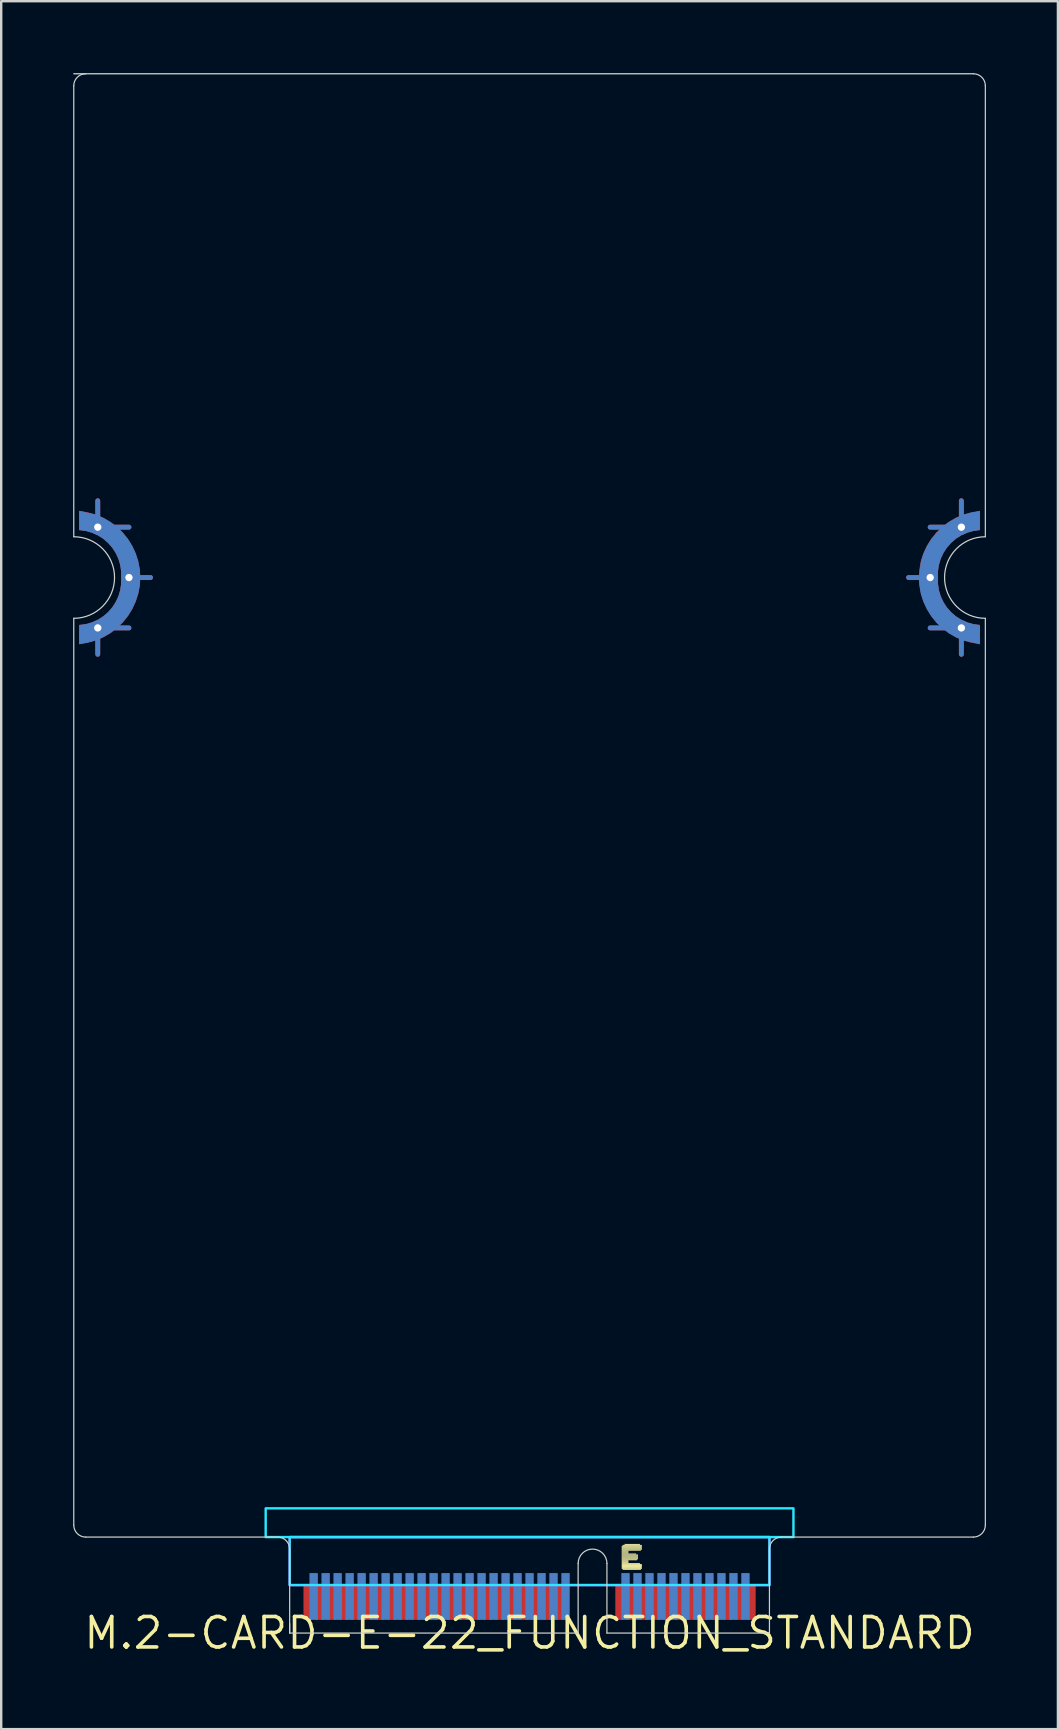
<source format=kicad_pcb>
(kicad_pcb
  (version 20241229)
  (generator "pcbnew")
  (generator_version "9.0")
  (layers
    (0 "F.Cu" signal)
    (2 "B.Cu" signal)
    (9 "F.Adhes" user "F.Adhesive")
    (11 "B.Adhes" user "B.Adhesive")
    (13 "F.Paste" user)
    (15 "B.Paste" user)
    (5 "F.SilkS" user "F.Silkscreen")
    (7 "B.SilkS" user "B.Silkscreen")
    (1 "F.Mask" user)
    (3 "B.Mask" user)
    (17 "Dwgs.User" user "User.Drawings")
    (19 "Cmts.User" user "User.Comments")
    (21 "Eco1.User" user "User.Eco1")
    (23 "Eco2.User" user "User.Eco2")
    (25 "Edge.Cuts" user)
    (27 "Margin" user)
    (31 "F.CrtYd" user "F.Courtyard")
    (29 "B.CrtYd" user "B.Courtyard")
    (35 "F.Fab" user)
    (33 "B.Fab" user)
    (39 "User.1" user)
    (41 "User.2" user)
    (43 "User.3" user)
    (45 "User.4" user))
  (footprint "M.2-CARD-E-22_FUNCTION_STANDARD"
    (layer "F.Cu")
    (at 19.025 65.025)
    (property "Reference" "M.2-CARD-E-22_FUNCTION_STANDARD" (at 0 0 0) (layer "F.SilkS") (effects (font (size 1.27 1.27) (thickness 0.15))))
    (fp_line (start -18 -46.1) (end -18 -47.2) (stroke (width 0.203) (type solid)) (layer "F.Cu"))
    (fp_line (start -18 -46.1) (end -16.7 -46.1) (stroke (width 0.203) (type solid)) (layer "F.Cu"))
    (fp_line (start -18 -41.9) (end -18 -40.8) (stroke (width 0.203) (type solid)) (layer "F.Cu"))
    (fp_line (start -18 -41.9) (end -16.7 -41.9) (stroke (width 0.203) (type solid)) (layer "F.Cu"))
    (fp_line (start -16.7 -44) (end -15.8 -44) (stroke (width 0.203) (type solid)) (layer "F.Cu"))
    (fp_line (start 16.7 -44) (end 15.8 -44) (stroke (width 0.203) (type solid)) (layer "F.Cu"))
    (fp_line (start 18 -46.1) (end 16.7 -46.1) (stroke (width 0.203) (type solid)) (layer "F.Cu"))
    (fp_line (start 18 -46.1) (end 18 -47.2) (stroke (width 0.203) (type solid)) (layer "F.Cu"))
    (fp_line (start 18 -41.9) (end 16.7 -41.9) (stroke (width 0.203) (type solid)) (layer "F.Cu"))
    (fp_line (start 18 -41.9) (end 18 -40.8) (stroke (width 0.203) (type solid)) (layer "F.Cu"))
    (fp_poly (pts (xy -18.41 -46.718) (xy -18.083 -46.622) (xy -17.769 -46.486) (xy -17.474 -46.313) (xy -17.203 -46.106) (xy -16.958 -45.868) (xy -16.744 -45.602) (xy -16.564 -45.311) (xy -16.42 -45.001) (xy -16.314 -44.676) (xy -16.249 -44.341) (xy -16.225 -44) (xy -16.247 -43.658) (xy -16.31 -43.322) (xy -16.414 -42.996) (xy -16.557 -42.685) (xy -16.737 -42.394) (xy -16.952 -42.127) (xy -17.197 -41.888) (xy -17.47 -41.681) (xy -17.766 -41.509) (xy -18.081 -41.374) (xy -18.775 -41.219) (xy -18.775 -42.022) (xy -18.49 -42.061) (xy -18.235 -42.135) (xy -17.994 -42.243) (xy -17.771 -42.385) (xy -17.57 -42.558) (xy -17.396 -42.757) (xy -17.252 -42.979) (xy -17.141 -43.219) (xy -17.065 -43.472) (xy -17.026 -43.734) (xy -17.025 -44) (xy -17.026 -44.266) (xy -17.065 -44.528) (xy -17.141 -44.781) (xy -17.252 -45.021) (xy -17.396 -45.243) (xy -17.57 -45.442) (xy -17.771 -45.615) (xy -17.994 -45.757) (xy -18.235 -45.865) (xy -18.49 -45.939) (xy -18.775 -45.978) (xy -18.775 -46.78)) (stroke (width 0) (type default)) (fill yes) (layer "F.Cu"))
    (fp_poly (pts (xy 18.775 -45.978) (xy 18.49 -45.939) (xy 18.235 -45.865) (xy 17.994 -45.757) (xy 17.771 -45.615) (xy 17.57 -45.442) (xy 17.396 -45.243) (xy 17.252 -45.021) (xy 17.141 -44.781) (xy 17.065 -44.528) (xy 17.026 -44.266) (xy 17.025 -44) (xy 17.026 -43.734) (xy 17.065 -43.472) (xy 17.141 -43.219) (xy 17.252 -42.979) (xy 17.396 -42.757) (xy 17.57 -42.558) (xy 17.771 -42.385) (xy 17.994 -42.243) (xy 18.235 -42.135) (xy 18.49 -42.061) (xy 18.775 -42.022) (xy 18.775 -41.225) (xy 18.748 -41.225) (xy 18.41 -41.282) (xy 18.083 -41.378) (xy 17.769 -41.514) (xy 17.474 -41.687) (xy 17.203 -41.894) (xy 16.958 -42.132) (xy 16.744 -42.398) (xy 16.564 -42.689) (xy 16.42 -42.999) (xy 16.314 -43.324) (xy 16.228 -43.976) (xy 16.223 -43.976) (xy 16.225 -43.999) (xy 16.222 -44.023) (xy 16.226 -44.024) (xy 16.247 -44.342) (xy 16.31 -44.678) (xy 16.414 -45.004) (xy 16.557 -45.315) (xy 16.737 -45.606) (xy 16.952 -45.873) (xy 17.197 -46.112) (xy 17.47 -46.319) (xy 17.766 -46.491) (xy 18.081 -46.626) (xy 18.775 -46.781)) (stroke (width 0) (type default)) (fill yes) (layer "F.Cu"))
    (fp_poly (pts (xy -18.666 -46.755) (xy -18.336 -46.694) (xy -18.016 -46.595) (xy -17.71 -46.457) (xy -17.424 -46.284) (xy -17.16 -46.077) (xy -16.923 -45.84) (xy -16.716 -45.576) (xy -16.543 -45.29) (xy -16.405 -44.984) (xy -16.306 -44.664) (xy -16.245 -44.334) (xy -16.225 -44) (xy -16.245 -43.666) (xy -16.306 -43.336) (xy -16.405 -43.016) (xy -16.543 -42.71) (xy -16.716 -42.424) (xy -16.923 -42.16) (xy -17.16 -41.923) (xy -17.424 -41.716) (xy -17.71 -41.543) (xy -18.016 -41.405) (xy -18.336 -41.306) (xy -18.666 -41.245) (xy -19.025 -41.223) (xy -19.025 -42.273) (xy -18.73 -42.296) (xy -18.467 -42.359) (xy -18.217 -42.463) (xy -17.986 -42.605) (xy -17.78 -42.78) (xy -17.605 -42.986) (xy -17.463 -43.217) (xy -17.36 -43.466) (xy -17.275 -44.001) (xy -17.296 -44.27) (xy -17.36 -44.533) (xy -17.463 -44.783) (xy -17.605 -45.014) (xy -17.78 -45.22) (xy -17.986 -45.395) (xy -18.217 -45.537) (xy -18.466 -45.64) (xy -19.025 -45.729) (xy -19.025 -46.777)) (stroke (width 0) (type default)) (fill yes) (layer "F.Mask"))
    (fp_poly (pts (xy 19.025 -45.727) (xy 18.73 -45.704) (xy 18.467 -45.64) (xy 18.217 -45.537) (xy 17.986 -45.395) (xy 17.78 -45.22) (xy 17.605 -45.014) (xy 17.463 -44.783) (xy 17.36 -44.534) (xy 17.275 -43.999) (xy 17.296 -43.73) (xy 17.36 -43.467) (xy 17.463 -43.217) (xy 17.605 -42.986) (xy 17.78 -42.78) (xy 17.986 -42.605) (xy 18.217 -42.463) (xy 18.466 -42.36) (xy 19.025 -42.271) (xy 19.025 -41.223) (xy 18.666 -41.245) (xy 18.336 -41.306) (xy 18.016 -41.405) (xy 17.71 -41.543) (xy 17.424 -41.716) (xy 17.16 -41.923) (xy 16.923 -42.16) (xy 16.716 -42.424) (xy 16.543 -42.71) (xy 16.405 -43.016) (xy 16.306 -43.336) (xy 16.245 -43.666) (xy 16.225 -44) (xy 16.245 -44.334) (xy 16.306 -44.664) (xy 16.405 -44.984) (xy 16.543 -45.29) (xy 16.716 -45.576) (xy 16.923 -45.84) (xy 17.16 -46.077) (xy 17.424 -46.284) (xy 17.71 -46.457) (xy 18.016 -46.595) (xy 18.336 -46.694) (xy 18.666 -46.755) (xy 19.025 -46.777)) (stroke (width 0) (type default)) (fill yes) (layer "F.Mask"))
    (fp_line (start -18 -46.1) (end -18 -47.2) (stroke (width 0.203) (type solid)) (layer "B.Cu"))
    (fp_line (start -18 -46.1) (end -16.7 -46.1) (stroke (width 0.203) (type solid)) (layer "B.Cu"))
    (fp_line (start -18 -41.9) (end -18 -40.8) (stroke (width 0.203) (type solid)) (layer "B.Cu"))
    (fp_line (start -18 -41.9) (end -16.7 -41.9) (stroke (width 0.203) (type solid)) (layer "B.Cu"))
    (fp_line (start -16.7 -44) (end -15.8 -44) (stroke (width 0.203) (type solid)) (layer "B.Cu"))
    (fp_line (start 16.7 -44) (end 15.8 -44) (stroke (width 0.203) (type solid)) (layer "B.Cu"))
    (fp_line (start 18 -46.1) (end 16.7 -46.1) (stroke (width 0.203) (type solid)) (layer "B.Cu"))
    (fp_line (start 18 -46.1) (end 18 -47.2) (stroke (width 0.203) (type solid)) (layer "B.Cu"))
    (fp_line (start 18 -41.9) (end 16.7 -41.9) (stroke (width 0.203) (type solid)) (layer "B.Cu"))
    (fp_line (start 18 -41.9) (end 18 -40.8) (stroke (width 0.203) (type solid)) (layer "B.Cu"))
    (fp_poly (pts (xy 18.775 -45.978) (xy 18.49 -45.939) (xy 18.235 -45.865) (xy 17.994 -45.757) (xy 17.771 -45.615) (xy 17.57 -45.442) (xy 17.396 -45.243) (xy 17.252 -45.021) (xy 17.141 -44.781) (xy 17.065 -44.528) (xy 17.026 -44.266) (xy 17.025 -44) (xy 17.026 -43.734) (xy 17.065 -43.472) (xy 17.141 -43.219) (xy 17.252 -42.979) (xy 17.396 -42.757) (xy 17.57 -42.558) (xy 17.771 -42.385) (xy 17.994 -42.243) (xy 18.235 -42.135) (xy 18.49 -42.061) (xy 18.775 -42.022) (xy 18.775 -41.219) (xy 18.081 -41.374) (xy 17.766 -41.509) (xy 17.47 -41.681) (xy 17.197 -41.888) (xy 16.952 -42.127) (xy 16.737 -42.394) (xy 16.557 -42.685) (xy 16.414 -42.996) (xy 16.31 -43.322) (xy 16.247 -43.658) (xy 16.225 -44.001) (xy 16.314 -44.676) (xy 16.42 -45.001) (xy 16.564 -45.311) (xy 16.744 -45.602) (xy 16.958 -45.868) (xy 17.203 -46.106) (xy 17.474 -46.313) (xy 17.769 -46.486) (xy 18.083 -46.622) (xy 18.41 -46.718) (xy 18.775 -46.78)) (stroke (width 0) (type default)) (fill yes) (layer "B.Cu"))
    (fp_poly (pts (xy -18.081 -46.626) (xy -17.766 -46.491) (xy -17.47 -46.319) (xy -17.197 -46.112) (xy -16.952 -45.873) (xy -16.737 -45.606) (xy -16.557 -45.315) (xy -16.414 -45.004) (xy -16.31 -44.678) (xy -16.247 -44.342) (xy -16.226 -44.024) (xy -16.223 -44.024) (xy -16.225 -44) (xy -16.223 -43.976) (xy -16.227 -43.976) (xy -16.249 -43.659) (xy -16.314 -43.324) (xy -16.42 -42.999) (xy -16.564 -42.689) (xy -16.744 -42.398) (xy -16.958 -42.132) (xy -17.203 -41.894) (xy -17.474 -41.687) (xy -17.769 -41.514) (xy -18.083 -41.378) (xy -18.41 -41.282) (xy -18.748 -41.225) (xy -18.775 -41.225) (xy -18.775 -42.022) (xy -18.49 -42.061) (xy -18.235 -42.135) (xy -17.994 -42.243) (xy -17.771 -42.385) (xy -17.57 -42.558) (xy -17.396 -42.757) (xy -17.252 -42.979) (xy -17.141 -43.219) (xy -17.065 -43.472) (xy -17.026 -43.734) (xy -17.025 -44) (xy -17.026 -44.266) (xy -17.065 -44.528) (xy -17.141 -44.781) (xy -17.252 -45.021) (xy -17.396 -45.243) (xy -17.57 -45.442) (xy -17.771 -45.615) (xy -17.994 -45.757) (xy -18.235 -45.865) (xy -18.49 -45.939) (xy -18.775 -45.978) (xy -18.775 -46.781)) (stroke (width 0) (type default)) (fill yes) (layer "B.Cu"))
    (fp_poly (pts (xy -18.666 -46.755) (xy -18.336 -46.694) (xy -18.016 -46.595) (xy -17.71 -46.457) (xy -17.424 -46.284) (xy -17.16 -46.077) (xy -16.923 -45.84) (xy -16.716 -45.576) (xy -16.543 -45.29) (xy -16.405 -44.984) (xy -16.306 -44.664) (xy -16.245 -44.334) (xy -16.225 -44) (xy -16.245 -43.666) (xy -16.306 -43.336) (xy -16.405 -43.016) (xy -16.543 -42.71) (xy -16.716 -42.424) (xy -16.923 -42.16) (xy -17.16 -41.923) (xy -17.424 -41.716) (xy -17.71 -41.543) (xy -18.016 -41.405) (xy -18.336 -41.306) (xy -18.666 -41.245) (xy -19.025 -41.223) (xy -19.025 -42.273) (xy -18.73 -42.296) (xy -18.467 -42.359) (xy -18.217 -42.463) (xy -17.986 -42.605) (xy -17.78 -42.78) (xy -17.605 -42.986) (xy -17.463 -43.217) (xy -17.36 -43.466) (xy -17.275 -44.001) (xy -17.296 -44.27) (xy -17.36 -44.533) (xy -17.463 -44.783) (xy -17.605 -45.014) (xy -17.78 -45.22) (xy -17.986 -45.395) (xy -18.217 -45.537) (xy -18.466 -45.64) (xy -19.025 -45.729) (xy -19.025 -46.777)) (stroke (width 0) (type default)) (fill yes) (layer "B.Mask"))
    (fp_poly (pts (xy 19.025 -45.727) (xy 18.73 -45.704) (xy 18.467 -45.64) (xy 18.217 -45.537) (xy 17.986 -45.395) (xy 17.78 -45.22) (xy 17.605 -45.014) (xy 17.463 -44.783) (xy 17.36 -44.534) (xy 17.275 -43.999) (xy 17.296 -43.73) (xy 17.36 -43.467) (xy 17.463 -43.217) (xy 17.605 -42.986) (xy 17.78 -42.78) (xy 17.986 -42.605) (xy 18.217 -42.463) (xy 18.466 -42.36) (xy 19.025 -42.271) (xy 19.025 -41.223) (xy 18.666 -41.245) (xy 18.336 -41.306) (xy 18.016 -41.405) (xy 17.71 -41.543) (xy 17.424 -41.716) (xy 17.16 -41.923) (xy 16.923 -42.16) (xy 16.716 -42.424) (xy 16.543 -42.71) (xy 16.405 -43.016) (xy 16.306 -43.336) (xy 16.245 -43.666) (xy 16.225 -44) (xy 16.245 -44.334) (xy 16.306 -44.664) (xy 16.405 -44.984) (xy 16.543 -45.29) (xy 16.716 -45.576) (xy 16.923 -45.84) (xy 17.16 -46.077) (xy 17.424 -46.284) (xy 17.71 -46.457) (xy 18.016 -46.595) (xy 18.336 -46.694) (xy 18.666 -46.755) (xy 19.025 -46.777)) (stroke (width 0) (type default)) (fill yes) (layer "B.Mask"))
    (fp_poly (pts (xy 3.841 -3.595) (xy 4.681 -3.595) (xy 4.681 -3.635) (xy 3.841 -3.635)) (stroke (width 0) (type default)) (fill yes) (layer "F.SilkS"))
    (fp_poly (pts (xy 3.841 -3.555) (xy 4.681 -3.555) (xy 4.681 -3.595) (xy 3.841 -3.595)) (stroke (width 0) (type default)) (fill yes) (layer "F.SilkS"))
    (fp_poly (pts (xy 3.841 -3.515) (xy 4.681 -3.515) (xy 4.681 -3.555) (xy 3.841 -3.555)) (stroke (width 0) (type default)) (fill yes) (layer "F.SilkS"))
    (fp_poly (pts (xy 3.841 -3.475) (xy 4.681 -3.475) (xy 4.681 -3.515) (xy 3.841 -3.515)) (stroke (width 0) (type default)) (fill yes) (layer "F.SilkS"))
    (fp_poly (pts (xy 3.841 -3.435) (xy 4.641 -3.435) (xy 4.641 -3.475) (xy 3.841 -3.475)) (stroke (width 0) (type default)) (fill yes) (layer "F.SilkS"))
    (fp_poly (pts (xy 3.841 -3.395) (xy 4.121 -3.395) (xy 4.121 -3.435) (xy 3.841 -3.435)) (stroke (width 0) (type default)) (fill yes) (layer "F.SilkS"))
    (fp_poly (pts (xy 3.841 -3.355) (xy 4.121 -3.355) (xy 4.121 -3.395) (xy 3.841 -3.395)) (stroke (width 0) (type default)) (fill yes) (layer "F.SilkS"))
    (fp_poly (pts (xy 3.841 -3.315) (xy 4.121 -3.315) (xy 4.121 -3.355) (xy 3.841 -3.355)) (stroke (width 0) (type default)) (fill yes) (layer "F.SilkS"))
    (fp_poly (pts (xy 3.841 -3.275) (xy 4.441 -3.275) (xy 4.441 -3.315) (xy 3.841 -3.315)) (stroke (width 0) (type default)) (fill yes) (layer "F.SilkS"))
    (fp_poly (pts (xy 3.841 -3.235) (xy 4.521 -3.235) (xy 4.521 -3.275) (xy 3.841 -3.275)) (stroke (width 0) (type default)) (fill yes) (layer "F.SilkS"))
    (fp_poly (pts (xy 3.841 -3.195) (xy 4.521 -3.195) (xy 4.521 -3.235) (xy 3.841 -3.235)) (stroke (width 0) (type default)) (fill yes) (layer "F.SilkS"))
    (fp_poly (pts (xy 3.841 -3.155) (xy 4.521 -3.155) (xy 4.521 -3.195) (xy 3.841 -3.195)) (stroke (width 0) (type default)) (fill yes) (layer "F.SilkS"))
    (fp_poly (pts (xy 3.841 -3.115) (xy 4.521 -3.115) (xy 4.521 -3.155) (xy 3.841 -3.155)) (stroke (width 0) (type default)) (fill yes) (layer "F.SilkS"))
    (fp_poly (pts (xy 3.841 -3.075) (xy 4.521 -3.075) (xy 4.521 -3.115) (xy 3.841 -3.115)) (stroke (width 0) (type default)) (fill yes) (layer "F.SilkS"))
    (fp_poly (pts (xy 3.841 -3.035) (xy 4.481 -3.035) (xy 4.481 -3.075) (xy 3.841 -3.075)) (stroke (width 0) (type default)) (fill yes) (layer "F.SilkS"))
    (fp_poly (pts (xy 3.841 -2.995) (xy 4.121 -2.995) (xy 4.121 -3.035) (xy 3.841 -3.035)) (stroke (width 0) (type default)) (fill yes) (layer "F.SilkS"))
    (fp_poly (pts (xy 3.841 -2.955) (xy 4.121 -2.955) (xy 4.121 -2.995) (xy 3.841 -2.995)) (stroke (width 0) (type default)) (fill yes) (layer "F.SilkS"))
    (fp_poly (pts (xy 3.841 -2.915) (xy 4.121 -2.915) (xy 4.121 -2.955) (xy 3.841 -2.955)) (stroke (width 0) (type default)) (fill yes) (layer "F.SilkS"))
    (fp_poly (pts (xy 3.841 -2.875) (xy 4.601 -2.875) (xy 4.601 -2.915) (xy 3.841 -2.915)) (stroke (width 0) (type default)) (fill yes) (layer "F.SilkS"))
    (fp_poly (pts (xy 3.841 -2.835) (xy 4.681 -2.835) (xy 4.681 -2.875) (xy 3.841 -2.875)) (stroke (width 0) (type default)) (fill yes) (layer "F.SilkS"))
    (fp_poly (pts (xy 3.841 -2.795) (xy 4.681 -2.795) (xy 4.681 -2.835) (xy 3.841 -2.835)) (stroke (width 0) (type default)) (fill yes) (layer "F.SilkS"))
    (fp_poly (pts (xy 3.841 -2.755) (xy 4.681 -2.755) (xy 4.681 -2.795) (xy 3.841 -2.795)) (stroke (width 0) (type default)) (fill yes) (layer "F.SilkS"))
    (fp_poly (pts (xy 3.841 -2.715) (xy 4.681 -2.715) (xy 4.681 -2.755) (xy 3.841 -2.755)) (stroke (width 0) (type default)) (fill yes) (layer "F.SilkS"))
    (fp_poly (pts (xy 3.841 -2.675) (xy 4.681 -2.675) (xy 4.681 -2.715) (xy 3.841 -2.715)) (stroke (width 0) (type default)) (fill yes) (layer "F.SilkS"))
    (fp_poly (pts (xy 3.881 -3.635) (xy 4.681 -3.635) (xy 4.681 -3.675) (xy 3.881 -3.675)) (stroke (width 0) (type default)) (fill yes) (layer "F.SilkS"))
    (fp_poly (pts (xy 3.881 -2.635) (xy 4.641 -2.635) (xy 4.641 -2.675) (xy 3.881 -2.675)) (stroke (width 0) (type default)) (fill yes) (layer "F.SilkS"))
    (fp_poly (pts (xy 3.961 -3.675) (xy 4.601 -3.675) (xy 4.601 -3.715) (xy 3.961 -3.715)) (stroke (width 0) (type default)) (fill yes) (layer "F.SilkS"))
    (fp_line (start -19 -45.7) (end -19 -64.5) (stroke (width 0.05) (type default)) (layer "Edge.Cuts"))
    (fp_line (start -19 -4.5) (end -19 -42.3) (stroke (width 0.05) (type solid)) (layer "Edge.Cuts"))
    (fp_line (start -10.5 -4) (end -18.5 -4) (stroke (width 0.05) (type default)) (layer "Edge.Cuts"))
    (fp_line (start -10 -0.4) (end -10 0) (stroke (width 0.05) (type default)) (layer "Edge.Cuts"))
    (fp_line (start -10 0) (end -10 -3.5) (stroke (width 0.05) (type default)) (layer "Edge.Cuts"))
    (fp_line (start -10 0) (end 2.025 0) (stroke (width 0.05) (type solid)) (layer "Edge.Cuts"))
    (fp_line (start 2.025 0) (end 2.025 -2.9) (stroke (width 0.05) (type default)) (layer "Edge.Cuts"))
    (fp_line (start 3.225 0) (end 3.225 -2.9) (stroke (width 0.05) (type solid)) (layer "Edge.Cuts"))
    (fp_line (start 3.225 0) (end 10 0) (stroke (width 0.05) (type solid)) (layer "Edge.Cuts"))
    (fp_line (start 10 0) (end 10 -3.5) (stroke (width 0.05) (type default)) (layer "Edge.Cuts"))
    (fp_line (start 10.5 -4) (end 18.5 -4) (stroke (width 0.05) (type default)) (layer "Edge.Cuts"))
    (fp_line (start 18.5 -65) (end -19 -65) (stroke (width 0.05) (type solid)) (layer "Edge.Cuts"))
    (fp_line (start 19 -45.7) (end 19 -64.5) (stroke (width 0.05) (type default)) (layer "Edge.Cuts"))
    (fp_line (start 19 -4.5) (end 19 -42.3) (stroke (width 0.05) (type solid)) (layer "Edge.Cuts"))
    (fp_arc (start -19 -64.5) (mid -18.853553 -64.853553) (end -18.5 -65) (stroke (width 0.05) (type default)) (layer "Edge.Cuts"))
    (fp_arc (start -19 -45.7) (mid -17.3 -44) (end -19 -42.3) (stroke (width 0.05) (type default)) (layer "Edge.Cuts"))
    (fp_arc (start -18.5 -4) (mid -18.853553 -4.146447) (end -19 -4.5) (stroke (width 0.05) (type default)) (layer "Edge.Cuts"))
    (fp_arc (start -10.5 -4) (mid -10.146447 -3.853553) (end -10 -3.5) (stroke (width 0.05) (type default)) (layer "Edge.Cuts"))
    (fp_arc (start 2.025 -2.9) (mid 2.625 -3.5) (end 3.225 -2.9) (stroke (width 0.05) (type solid)) (layer "Edge.Cuts"))
    (fp_arc (start 10 -3.5) (mid 10.146447 -3.853553) (end 10.5 -4) (stroke (width 0.05) (type solid)) (layer "Edge.Cuts"))
    (fp_arc (start 18.5 -65) (mid 18.853553 -64.853553) (end 19 -64.5) (stroke (width 0.05) (type default)) (layer "Edge.Cuts"))
    (fp_arc (start 19 -42.3) (mid 17.3 -44) (end 19 -45.7) (stroke (width 0.05) (type solid)) (layer "Edge.Cuts"))
    (fp_arc (start 19 -4.5) (mid 18.853553 -4.146447) (end 18.5 -4) (stroke (width 0.05) (type default)) (layer "Edge.Cuts"))
    (fp_poly (pts (xy 10 -4) (xy -10 -4) (xy -10 -2) (xy 10 -2)) (stroke (width 0.1) (type default)) (fill no) (layer "B.CrtYd"))
    (fp_poly (pts (xy 11 -5.2) (xy -11 -5.2) (xy -11 -4) (xy 11 -4)) (stroke (width 0.1) (type default)) (fill no) (layer "B.CrtYd"))
    (fp_poly (pts (xy 10 -4) (xy -10 -4) (xy -10 -2) (xy 10 -2)) (stroke (width 0.1) (type default)) (fill no) (layer "F.CrtYd"))
    (pad "1" smd rect (at 9.25 -1.275 180) (size 0.35 1.45) (layers "F.Cu" "F.Mask"))
    (pad "2" smd rect (at 9 -1.525) (size 0.35 1.95) (layers "B.Cu" "B.Mask"))
    (pad "3" smd rect (at 8.75 -1.275 180) (size 0.35 1.45) (layers "F.Cu" "F.Mask"))
    (pad "4" smd rect (at 8.5 -1.525) (size 0.35 1.95) (layers "B.Cu" "B.Mask"))
    (pad "5" smd rect (at 8.25 -1.275 180) (size 0.35 1.45) (layers "F.Cu" "F.Mask"))
    (pad "6" smd rect (at 8 -1.525) (size 0.35 1.95) (layers "B.Cu" "B.Mask"))
    (pad "7" smd rect (at 7.75 -1.275 180) (size 0.35 1.45) (layers "F.Cu" "F.Mask"))
    (pad "8" smd rect (at 7.5 -1.525) (size 0.35 1.95) (layers "B.Cu" "B.Mask"))
    (pad "9" smd rect (at 7.25 -1.275 180) (size 0.35 1.45) (layers "F.Cu" "F.Mask"))
    (pad "10" smd rect (at 7 -1.525) (size 0.35 1.95) (layers "B.Cu" "B.Mask"))
    (pad "11" smd rect (at 6.75 -1.275 180) (size 0.35 1.45) (layers "F.Cu" "F.Mask"))
    (pad "12" smd rect (at 6.5 -1.525) (size 0.35 1.95) (layers "B.Cu" "B.Mask"))
    (pad "13" smd rect (at 6.25 -1.275 180) (size 0.35 1.45) (layers "F.Cu" "F.Mask"))
    (pad "14" smd rect (at 6 -1.525) (size 0.35 1.95) (layers "B.Cu" "B.Mask"))
    (pad "15" smd rect (at 5.75 -1.275 180) (size 0.35 1.45) (layers "F.Cu" "F.Mask"))
    (pad "16" smd rect (at 5.5 -1.525) (size 0.35 1.95) (layers "B.Cu" "B.Mask"))
    (pad "17" smd rect (at 5.25 -1.275 180) (size 0.35 1.45) (layers "F.Cu" "F.Mask"))
    (pad "18" smd rect (at 5 -1.525) (size 0.35 1.95) (layers "B.Cu" "B.Mask"))
    (pad "19" smd rect (at 4.75 -1.275 180) (size 0.35 1.45) (layers "F.Cu" "F.Mask"))
    (pad "20" smd rect (at 4.5 -1.525) (size 0.35 1.95) (layers "B.Cu" "B.Mask"))
    (pad "21" smd rect (at 4.25 -1.275 180) (size 0.35 1.45) (layers "F.Cu" "F.Mask"))
    (pad "22" smd rect (at 4 -1.525) (size 0.35 1.95) (layers "B.Cu" "B.Mask"))
    (pad "23" smd rect (at 3.75 -1.275 180) (size 0.35 1.45) (layers "F.Cu" "F.Mask"))
    (pad "32" smd rect (at 1.5 -1.525) (size 0.35 1.95) (layers "B.Cu" "B.Mask"))
    (pad "33" smd rect (at 1.25 -1.275 180) (size 0.35 1.45) (layers "F.Cu" "F.Mask"))
    (pad "34" smd rect (at 1 -1.525) (size 0.35 1.95) (layers "B.Cu" "B.Mask"))
    (pad "35" smd rect (at 0.75 -1.275 180) (size 0.35 1.45) (layers "F.Cu" "F.Mask"))
    (pad "36" smd rect (at 0.5 -1.525) (size 0.35 1.95) (layers "B.Cu" "B.Mask"))
    (pad "37" smd rect (at 0.25 -1.275 180) (size 0.35 1.45) (layers "F.Cu" "F.Mask"))
    (pad "38" smd rect (at 0 -1.525) (size 0.35 1.95) (layers "B.Cu" "B.Mask"))
    (pad "39" smd rect (at -0.25 -1.275 180) (size 0.35 1.45) (layers "F.Cu" "F.Mask"))
    (pad "40" smd rect (at -0.5 -1.525) (size 0.35 1.95) (layers "B.Cu" "B.Mask"))
    (pad "41" smd rect (at -0.75 -1.275 180) (size 0.35 1.45) (layers "F.Cu" "F.Mask"))
    (pad "42" smd rect (at -1 -1.525) (size 0.35 1.95) (layers "B.Cu" "B.Mask"))
    (pad "43" smd rect (at -1.25 -1.275 180) (size 0.35 1.45) (layers "F.Cu" "F.Mask"))
    (pad "44" smd rect (at -1.5 -1.525) (size 0.35 1.95) (layers "B.Cu" "B.Mask"))
    (pad "45" smd rect (at -1.75 -1.275 180) (size 0.35 1.45) (layers "F.Cu" "F.Mask"))
    (pad "46" smd rect (at -2 -1.525) (size 0.35 1.95) (layers "B.Cu" "B.Mask"))
    (pad "47" smd rect (at -2.25 -1.275 180) (size 0.35 1.45) (layers "F.Cu" "F.Mask"))
    (pad "48" smd rect (at -2.5 -1.525) (size 0.35 1.95) (layers "B.Cu" "B.Mask"))
    (pad "49" smd rect (at -2.75 -1.275 180) (size 0.35 1.45) (layers "F.Cu" "F.Mask"))
    (pad "50" smd rect (at -3 -1.525) (size 0.35 1.95) (layers "B.Cu" "B.Mask"))
    (pad "51" smd rect (at -3.25 -1.275 180) (size 0.35 1.45) (layers "F.Cu" "F.Mask"))
    (pad "52" smd rect (at -3.5 -1.525) (size 0.35 1.95) (layers "B.Cu" "B.Mask"))
    (pad "53" smd rect (at -3.75 -1.275 180) (size 0.35 1.45) (layers "F.Cu" "F.Mask"))
    (pad "54" smd rect (at -4 -1.525) (size 0.35 1.95) (layers "B.Cu" "B.Mask"))
    (pad "55" smd rect (at -4.25 -1.275 180) (size 0.35 1.45) (layers "F.Cu" "F.Mask"))
    (pad "56" smd rect (at -4.5 -1.525) (size 0.35 1.95) (layers "B.Cu" "B.Mask"))
    (pad "57" smd rect (at -4.75 -1.275 180) (size 0.35 1.45) (layers "F.Cu" "F.Mask"))
    (pad "58" smd rect (at -5 -1.525) (size 0.35 1.95) (layers "B.Cu" "B.Mask"))
    (pad "59" smd rect (at -5.25 -1.275 180) (size 0.35 1.45) (layers "F.Cu" "F.Mask"))
    (pad "60" smd rect (at -5.5 -1.525) (size 0.35 1.95) (layers "B.Cu" "B.Mask"))
    (pad "61" smd rect (at -5.75 -1.275 180) (size 0.35 1.45) (layers "F.Cu" "F.Mask"))
    (pad "62" smd rect (at -6 -1.525) (size 0.35 1.95) (layers "B.Cu" "B.Mask"))
    (pad "63" smd rect (at -6.25 -1.275 180) (size 0.35 1.45) (layers "F.Cu" "F.Mask"))
    (pad "64" smd rect (at -6.5 -1.525) (size 0.35 1.95) (layers "B.Cu" "B.Mask"))
    (pad "65" smd rect (at -6.75 -1.275 180) (size 0.35 1.45) (layers "F.Cu" "F.Mask"))
    (pad "66" smd rect (at -7 -1.525) (size 0.35 1.95) (layers "B.Cu" "B.Mask"))
    (pad "67" smd rect (at -7.25 -1.275 180) (size 0.35 1.45) (layers "F.Cu" "F.Mask"))
    (pad "68" smd rect (at -7.5 -1.525) (size 0.35 1.95) (layers "B.Cu" "B.Mask"))
    (pad "69" smd rect (at -7.75 -1.275 180) (size 0.35 1.45) (layers "F.Cu" "F.Mask"))
    (pad "70" smd rect (at -8 -1.525) (size 0.35 1.95) (layers "B.Cu" "B.Mask"))
    (pad "71" smd rect (at -8.25 -1.275 180) (size 0.35 1.45) (layers "F.Cu" "F.Mask"))
    (pad "72" smd rect (at -8.5 -1.525) (size 0.35 1.95) (layers "B.Cu" "B.Mask"))
    (pad "73" smd rect (at -8.75 -1.275 180) (size 0.35 1.45) (layers "F.Cu" "F.Mask"))
    (pad "74" smd rect (at -9 -1.525) (size 0.35 1.95) (layers "B.Cu" "B.Mask"))
    (pad "75" smd rect (at -9.25 -1.275 180) (size 0.35 1.45) (layers "F.Cu" "F.Mask"))
    (pad "GND" thru_hole circle (at 18 -46.1 270) (size 0.61 0.61) (drill 0.305) (layers "*.Cu" "*.Mask"))
    (pad "GND1" thru_hole circle (at -18 -41.9 90) (size 0.61 0.61) (drill 0.305) (layers "*.Cu" "*.Mask"))
    (pad "GND2" thru_hole circle (at -16.7 -44 90) (size 0.61 0.61) (drill 0.305) (layers "*.Cu" "*.Mask"))
    (pad "GND3" thru_hole circle (at -18 -46.1 90) (size 0.61 0.61) (drill 0.305) (layers "*.Cu" "*.Mask"))
    (pad "GND4" thru_hole circle (at 18 -41.9 270) (size 0.61 0.61) (drill 0.305) (layers "*.Cu" "*.Mask"))
    (pad "GND5" thru_hole circle (at 16.7 -44 270) (size 0.61 0.61) (drill 0.305) (layers "*.Cu" "*.Mask")))
  (gr_rect
    (start -3 -3)
    (end 41.05 69.031)
    (stroke (width 0.1) (type default))
    (fill no)
    (layer "Edge.Cuts")))
</source>
